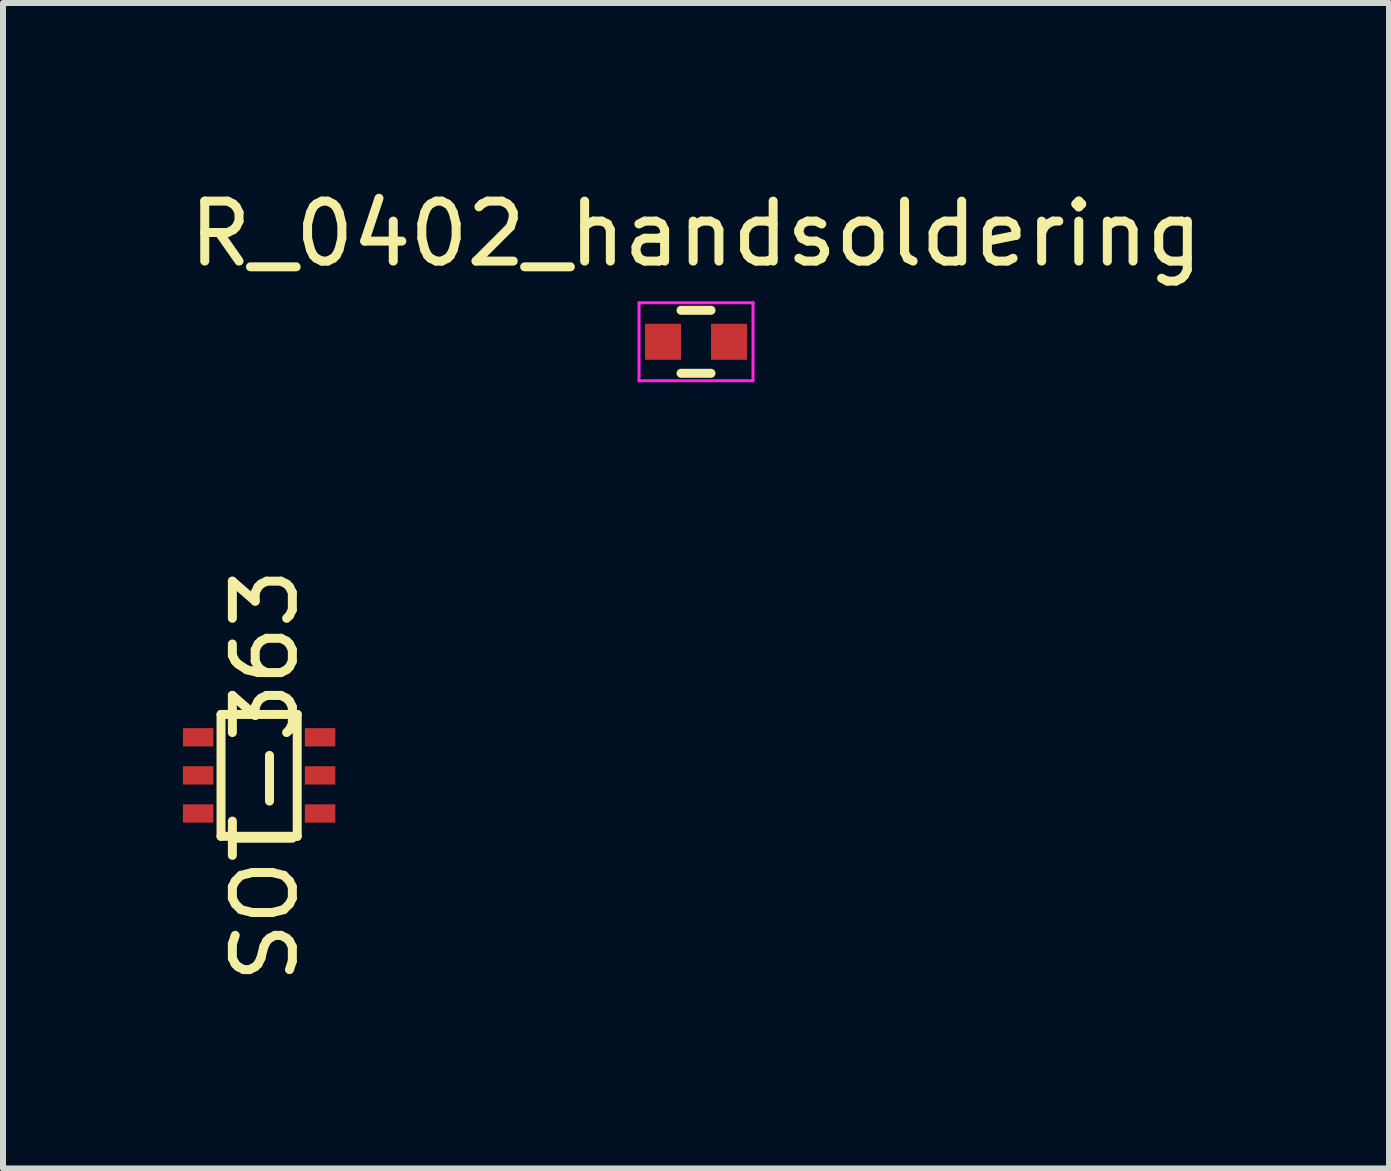
<source format=kicad_pcb>
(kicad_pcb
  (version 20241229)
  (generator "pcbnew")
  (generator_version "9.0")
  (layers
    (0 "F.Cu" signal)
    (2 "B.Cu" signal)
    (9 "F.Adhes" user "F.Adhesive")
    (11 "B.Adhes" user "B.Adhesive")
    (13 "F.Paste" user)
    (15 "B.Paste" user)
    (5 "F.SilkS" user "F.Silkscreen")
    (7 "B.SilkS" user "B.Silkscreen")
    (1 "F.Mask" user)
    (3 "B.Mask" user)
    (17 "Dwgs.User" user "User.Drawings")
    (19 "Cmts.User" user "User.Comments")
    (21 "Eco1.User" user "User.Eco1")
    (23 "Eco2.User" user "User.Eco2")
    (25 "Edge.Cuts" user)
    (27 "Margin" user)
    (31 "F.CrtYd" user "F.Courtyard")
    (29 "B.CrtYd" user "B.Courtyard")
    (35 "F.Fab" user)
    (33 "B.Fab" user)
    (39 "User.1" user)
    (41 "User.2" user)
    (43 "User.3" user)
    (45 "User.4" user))
  (footprint "R_0402_handsoldering"
    (layer "F.Cu")
    (at 8.554 2.648)
    (property "Reference" "R_0402_handsoldering" (at 0 -1.8 0) (layer "F.SilkS") (effects (font (size 1 1) (thickness 0.15))))
    (attr smd)
    (fp_line (start -0.25 0.525) (end 0.25 0.525) (stroke (width 0.15) (type solid)) (layer "F.SilkS"))
    (fp_line (start 0.25 -0.525) (end -0.25 -0.525) (stroke (width 0.15) (type solid)) (layer "F.SilkS"))
    (fp_line (start -0.95 -0.65) (end -0.95 0.65) (stroke (width 0.05) (type solid)) (layer "F.CrtYd"))
    (fp_line (start -0.95 -0.65) (end 0.95 -0.65) (stroke (width 0.05) (type solid)) (layer "F.CrtYd"))
    (fp_line (start -0.95 0.65) (end 0.95 0.65) (stroke (width 0.05) (type solid)) (layer "F.CrtYd"))
    (fp_line (start 0.95 -0.65) (end 0.95 0.65) (stroke (width 0.05) (type solid)) (layer "F.CrtYd"))
    (pad "1" smd rect (at -0.55 0) (size 0.6 0.6) (layers "F.Cu" "F.Mask" "F.Paste"))
    (pad "2" smd rect (at 0.55 0) (size 0.6 0.6) (layers "F.Cu" "F.Mask" "F.Paste")))
  (footprint "SOT-363"
    (layer "F.Cu")
    (at 1.27 9.877)
    (property "Reference" "SOT-363" (at 0.099 0 90) (layer "F.SilkS") (effects (font (size 1 1) (thickness 0.15))))
    (attr smd)
    (fp_line (start -0.635 -1.016) (end -0.635 1.016) (stroke (width 0.15) (type solid)) (layer "F.SilkS"))
    (fp_line (start -0.635 1.016) (end 0.635 1.016) (stroke (width 0.15) (type solid)) (layer "F.SilkS"))
    (fp_line (start 0.635 -1.016) (end -0.635 -1.016) (stroke (width 0.15) (type solid)) (layer "F.SilkS"))
    (fp_line (start 0.635 1.016) (end 0.635 -1.016) (stroke (width 0.15) (type solid)) (layer "F.SilkS"))
    (pad "1" smd rect (at -1.016 -0.635) (size 0.508 0.305) (layers "F.Cu" "F.Mask" "F.Paste"))
    (pad "2" smd rect (at -1.016 0) (size 0.508 0.305) (layers "F.Cu" "F.Mask" "F.Paste"))
    (pad "3" smd rect (at -1.016 0.635) (size 0.508 0.305) (layers "F.Cu" "F.Mask" "F.Paste"))
    (pad "4" smd rect (at 1.016 0.635) (size 0.508 0.305) (layers "F.Cu" "F.Mask" "F.Paste"))
    (pad "5" smd rect (at 1.016 0) (size 0.508 0.305) (layers "F.Cu" "F.Mask" "F.Paste"))
    (pad "6" smd rect (at 1.016 -0.635) (size 0.508 0.305) (layers "F.Cu" "F.Mask" "F.Paste")))
  (gr_rect
    (start -3 -3)
    (end 20.107 16.43)
    (stroke (width 0.1) (type default))
    (fill no)
    (layer "Edge.Cuts")))
</source>
